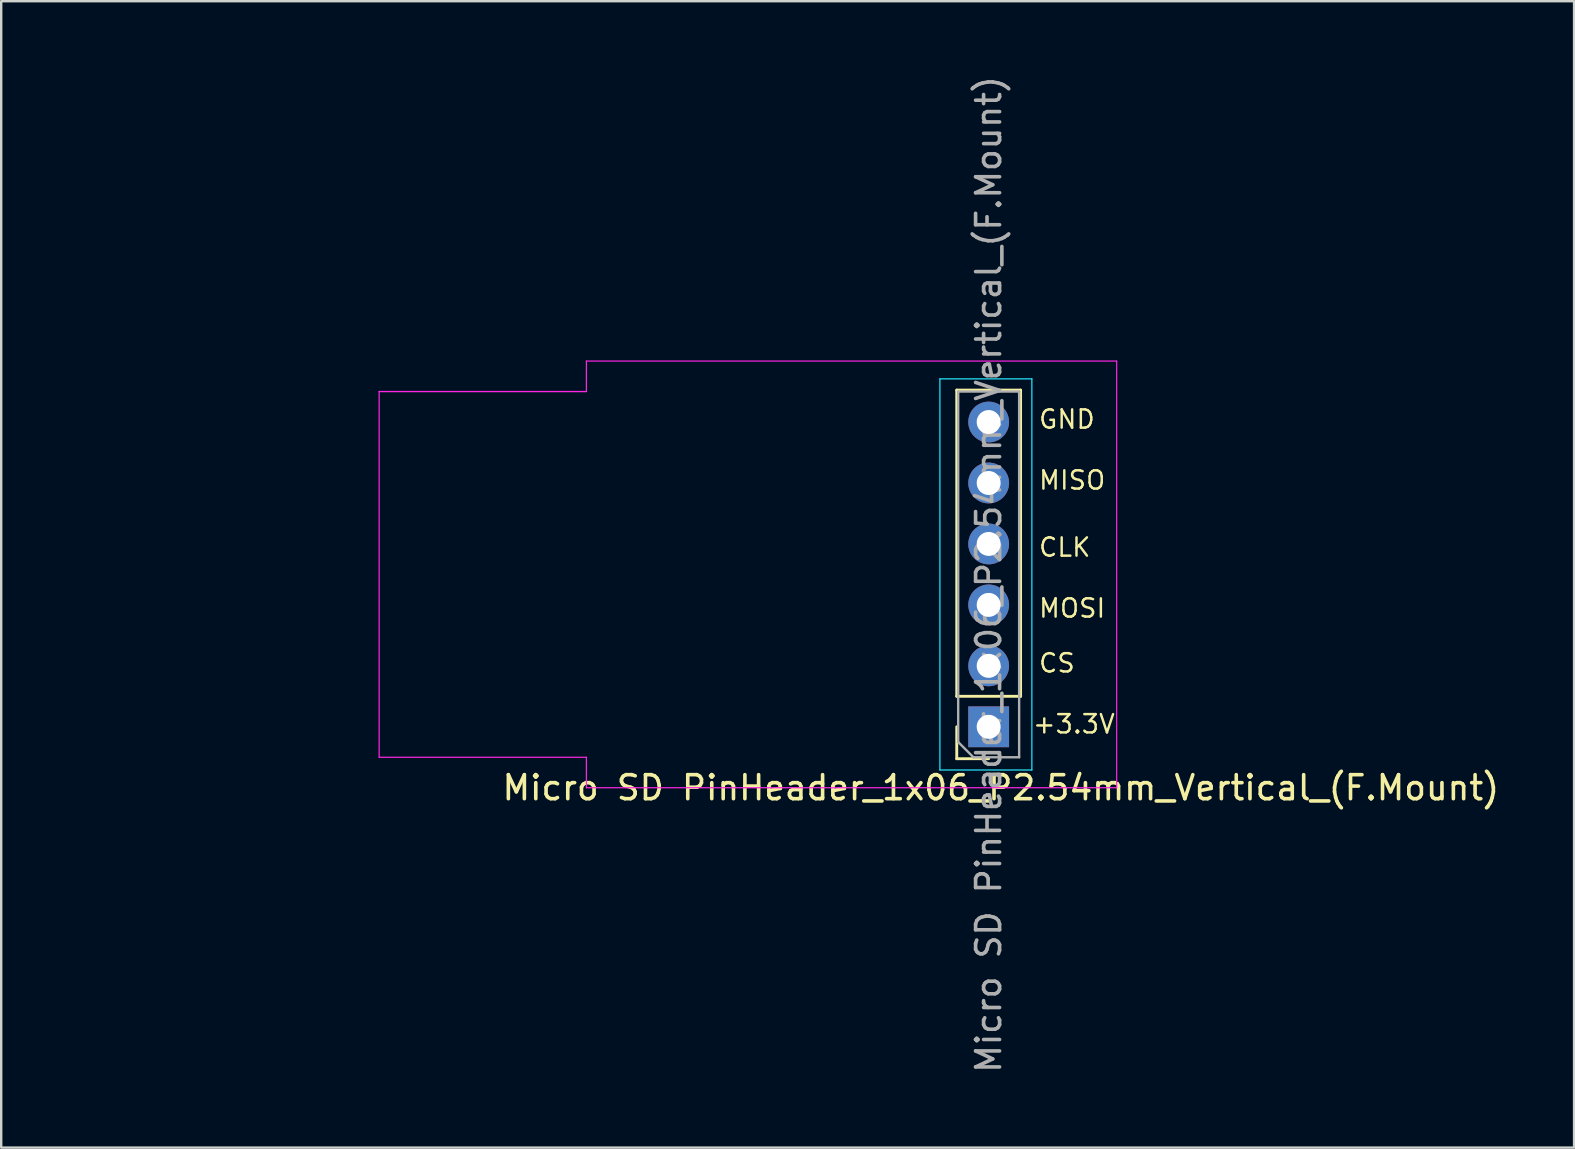
<source format=kicad_pcb>
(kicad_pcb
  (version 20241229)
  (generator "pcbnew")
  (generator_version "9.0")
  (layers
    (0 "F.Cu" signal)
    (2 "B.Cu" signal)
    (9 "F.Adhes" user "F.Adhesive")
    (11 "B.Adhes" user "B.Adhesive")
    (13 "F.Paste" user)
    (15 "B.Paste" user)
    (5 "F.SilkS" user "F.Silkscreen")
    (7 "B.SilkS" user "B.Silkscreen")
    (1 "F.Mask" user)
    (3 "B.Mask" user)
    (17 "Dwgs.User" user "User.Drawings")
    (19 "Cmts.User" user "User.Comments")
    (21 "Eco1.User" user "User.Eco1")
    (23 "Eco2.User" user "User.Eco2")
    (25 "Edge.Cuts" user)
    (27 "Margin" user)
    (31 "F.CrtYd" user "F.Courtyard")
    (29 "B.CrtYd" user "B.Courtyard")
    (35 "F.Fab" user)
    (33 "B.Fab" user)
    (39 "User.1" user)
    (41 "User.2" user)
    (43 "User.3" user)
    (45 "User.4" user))
  (footprint "Micro SD PinHeader_1x06_P2.54mm_Vertical_(F.Mount)"
    (layer "F.Cu")
    (at 38.15 14.537)
    (property "Reference" "Micro SD PinHeader_1x06_P2.54mm_Vertical_(F.Mount)" (at 0.508 15.24 0) (layer "F.SilkS") (effects (font (size 1 1) (thickness 0.15))))
    (attr through_hole)
    (fp_line (start -1.33 -1.33) (end 1.33 -1.33) (stroke (width 0.12) (type solid)) (layer "F.SilkS"))
    (fp_line (start -1.33 11.43) (end -1.33 -1.33) (stroke (width 0.12) (type solid)) (layer "F.SilkS"))
    (fp_line (start -1.33 11.43) (end 1.33 11.43) (stroke (width 0.12) (type solid)) (layer "F.SilkS"))
    (fp_line (start -1.33 12.7) (end -1.33 14.03) (stroke (width 0.12) (type solid)) (layer "F.SilkS"))
    (fp_line (start -1.33 14.03) (end 0 14.03) (stroke (width 0.12) (type solid)) (layer "F.SilkS"))
    (fp_line (start 1.33 11.43) (end 1.33 -1.33) (stroke (width 0.12) (type solid)) (layer "F.SilkS"))
    (fp_line (start -2.032 -1.8) (end 1.8 -1.8) (stroke (width 0.05) (type solid)) (layer "B.CrtYd"))
    (fp_line (start -2.032 14.5) (end -2.032 -1.8) (stroke (width 0.05) (type solid)) (layer "B.CrtYd"))
    (fp_line (start 1.8 -1.8) (end 1.8 14.5) (stroke (width 0.05) (type solid)) (layer "B.CrtYd"))
    (fp_line (start 1.8 14.5) (end -2.032 14.5) (stroke (width 0.05) (type solid)) (layer "B.CrtYd"))
    (fp_line (start -25.4 -1.27) (end -25.4 13.97) (stroke (width 0.05) (type default)) (layer "F.CrtYd"))
    (fp_line (start -25.4 13.97) (end -16.764 13.97) (stroke (width 0.05) (type default)) (layer "F.CrtYd"))
    (fp_line (start -16.764 -2.54) (end -16.764 -1.27) (stroke (width 0.05) (type default)) (layer "F.CrtYd"))
    (fp_line (start -16.764 -1.27) (end -25.4 -1.27) (stroke (width 0.05) (type default)) (layer "F.CrtYd"))
    (fp_line (start -16.764 -1.27) (end -25.4 -1.27) (stroke (width 0.05) (type default)) (layer "F.CrtYd"))
    (fp_line (start -16.764 13.97) (end -16.764 15.24) (stroke (width 0.05) (type default)) (layer "F.CrtYd"))
    (fp_line (start -16.764 15.24) (end 5.334 15.24) (stroke (width 0.05) (type default)) (layer "F.CrtYd"))
    (fp_line (start 5.334 -2.54) (end -16.764 -2.54) (stroke (width 0.05) (type default)) (layer "F.CrtYd"))
    (fp_line (start 5.334 15.24) (end 5.334 -2.54) (stroke (width 0.05) (type default)) (layer "F.CrtYd"))
    (fp_line (start -1.27 -1.27) (end -1.27 13.335) (stroke (width 0.1) (type solid)) (layer "F.Fab"))
    (fp_line (start -1.27 13.335) (end -0.635 13.97) (stroke (width 0.1) (type solid)) (layer "F.Fab"))
    (fp_line (start -0.635 13.97) (end 1.27 13.97) (stroke (width 0.1) (type solid)) (layer "F.Fab"))
    (fp_line (start 1.27 -1.27) (end -1.27 -1.27) (stroke (width 0.1) (type solid)) (layer "F.Fab"))
    (fp_line (start 1.27 13.97) (end 1.27 -1.27) (stroke (width 0.1) (type solid)) (layer "F.Fab"))
    (fp_line (start -38.1 -1.27) (end -38.1 13.97) (stroke (width 0.1) (type default)) (layer "User.1"))
    (fp_line (start -38.1 13.97) (end -25.4 13.97) (stroke (width 0.1) (type default)) (layer "User.1"))
    (fp_line (start -25.4 -1.27) (end -38.1 -1.27) (stroke (width 0.1) (type default)) (layer "User.1"))
    (fp_text user "CS" (at 2.032 10.492 0) (unlocked yes) (layer "F.SilkS") (effects (font (size 0.762 0.762) (thickness 0.102)) (justify left bottom)))
    (fp_text user "GND" (at 2.032 0.332 0) (unlocked yes) (layer "F.SilkS") (effects (font (size 0.762 0.762) (thickness 0.102)) (justify left bottom)))
    (fp_text user "MOSI" (at 2.032 8.206 0) (unlocked yes) (layer "F.SilkS") (effects (font (size 0.762 0.762) (thickness 0.102)) (justify left bottom)))
    (fp_text user "MISO" (at 2.032 2.872 0) (unlocked yes) (layer "F.SilkS") (effects (font (size 0.762 0.762) (thickness 0.102)) (justify left bottom)))
    (fp_text user "CLK" (at 2.032 5.666 0) (unlocked yes) (layer "F.SilkS") (effects (font (size 0.762 0.762) (thickness 0.102)) (justify left bottom)))
    (fp_text user "+3.3V" (at 1.778 13.032 0) (unlocked yes) (layer "F.SilkS") (effects (font (size 0.762 0.762) (thickness 0.102)) (justify left bottom)))
    (fp_text user "${REFERENCE}" (at 0 6.35 90) (layer "F.Fab") (effects (font (size 1 1) (thickness 0.15))))
    (fp_text user "Courtyard for" (at -36.83 5.08 0) (unlocked yes) (layer "User.1") (effects (font (size 1 1) (thickness 0.15)) (justify left bottom)))
    (fp_text user "SD Mount" (at -35.56 7.62 0) (unlocked yes) (layer "User.1") (effects (font (size 1 1) (thickness 0.15)) (justify left bottom)))
    (pad "1" thru_hole rect (at 0 12.7) (size 1.7 1.7) (drill 1) (layers "*.Cu" "*.Mask"))
    (pad "2" thru_hole oval (at 0 10.16) (size 1.7 1.7) (drill 1) (layers "*.Cu" "*.Mask"))
    (pad "3" thru_hole oval (at 0 7.62) (size 1.7 1.7) (drill 1) (layers "*.Cu" "*.Mask"))
    (pad "4" thru_hole oval (at 0 5.08) (size 1.7 1.7) (drill 1) (layers "*.Cu" "*.Mask"))
    (pad "5" thru_hole oval (at 0 2.54) (size 1.7 1.7) (drill 1) (layers "*.Cu" "*.Mask"))
    (pad "6" thru_hole oval (at 0 0) (size 1.7 1.7) (drill 1) (layers "*.Cu" "*.Mask")))
  (gr_rect
    (start -3 -3)
    (end 62.545 44.774)
    (stroke (width 0.1) (type default))
    (fill no)
    (layer "Edge.Cuts")))
</source>
